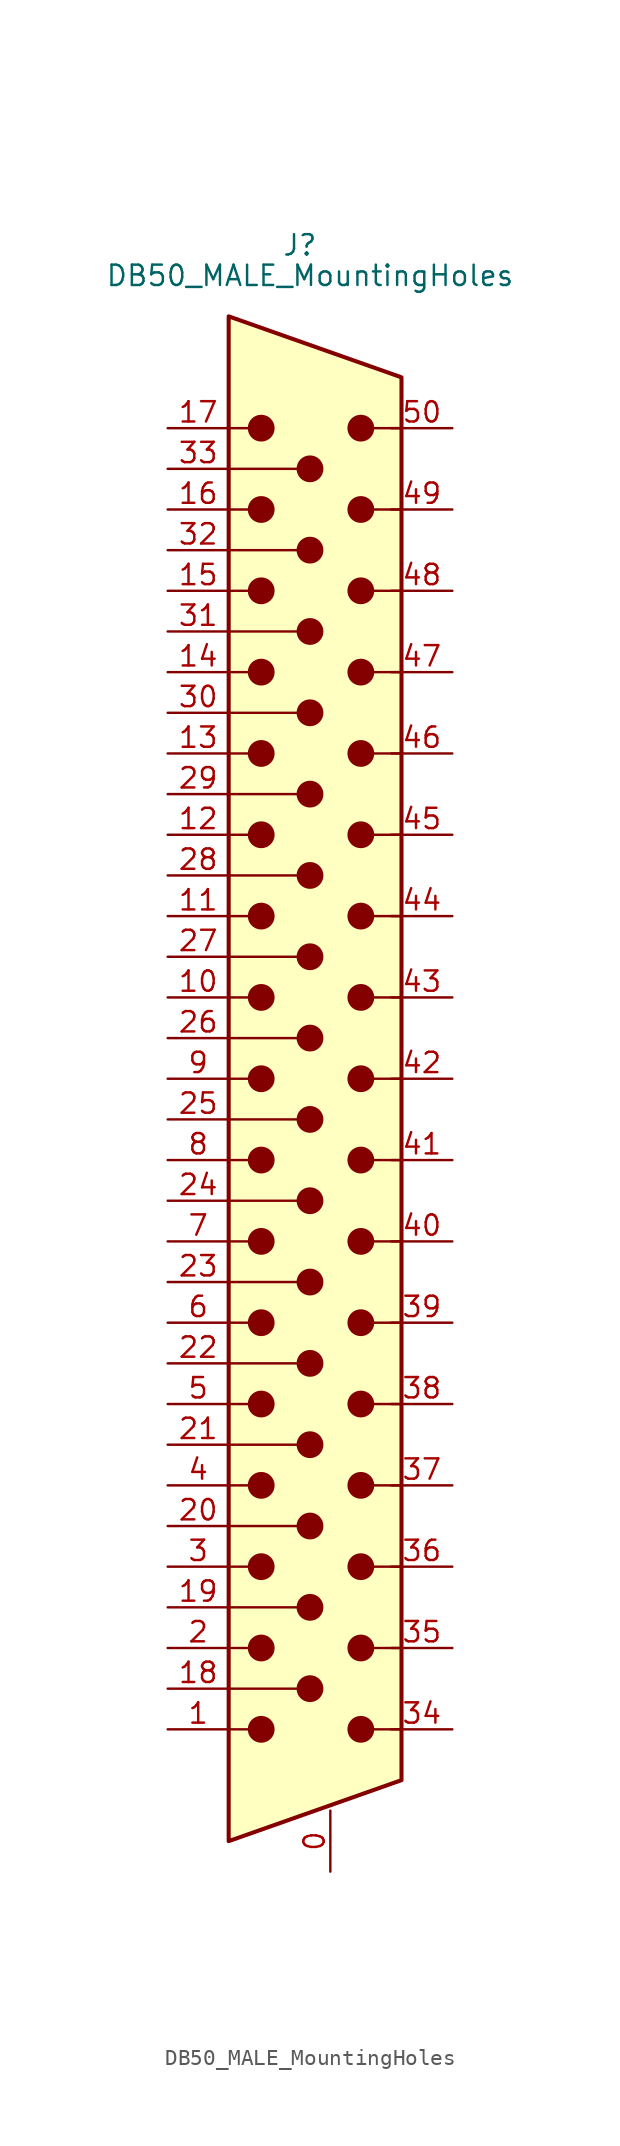
<source format=kicad_sym>
(kicad_symbol_lib
  (version 20211014)
  (generator kicad_symbol_editor)
  (symbol "DB50_MALE_MountingHoles"
    (pin_names
      (offset 1.016) hide)
    (property "Reference" "J"
      (at 0.635 46.99 0)
      (effects (font (size 1.27 1.27))))
    (property "Value" "DB50_MALE_MountingHoles"
      (at 1.27 45.085 0)
      (effects (font (size 1.27 1.27))))
    (symbol "DB50_MALE_MountingHoles_0_1"
      (circle (center -1.778 -45.72) (radius 0.762) (stroke (width 0) (type default) (color 0 0 0 0)) (fill (type outline)))
      (circle (center -1.778 -40.64) (radius 0.762) (stroke (width 0) (type default) (color 0 0 0 0)) (fill (type outline)))
      (circle (center -1.778 -35.56) (radius 0.762) (stroke (width 0) (type default) (color 0 0 0 0)) (fill (type outline)))
      (circle (center -1.778 -30.48) (radius 0.762) (stroke (width 0) (type default) (color 0 0 0 0)) (fill (type outline)))
      (circle (center -1.778 -25.4) (radius 0.762) (stroke (width 0) (type default) (color 0 0 0 0)) (fill (type outline)))
      (circle (center -1.778 -20.32) (radius 0.762) (stroke (width 0) (type default) (color 0 0 0 0)) (fill (type outline)))
      (circle (center -1.778 -15.24) (radius 0.762) (stroke (width 0) (type default) (color 0 0 0 0)) (fill (type outline)))
      (circle (center -1.778 -10.16) (radius 0.762) (stroke (width 0) (type default) (color 0 0 0 0)) (fill (type outline)))
      (circle (center -1.778 -5.08) (radius 0.762) (stroke (width 0) (type default) (color 0 0 0 0)) (fill (type outline)))
      (circle (center -1.778 0) (radius 0.762) (stroke (width 0) (type default) (color 0 0 0 0)) (fill (type outline)))
      (circle (center -1.778 5.08) (radius 0.762) (stroke (width 0) (type default) (color 0 0 0 0)) (fill (type outline)))
      (circle (center -1.778 10.16) (radius 0.762) (stroke (width 0) (type default) (color 0 0 0 0)) (fill (type outline)))
      (circle (center -1.778 15.24) (radius 0.762) (stroke (width 0) (type default) (color 0 0 0 0)) (fill (type outline)))
      (circle (center -1.778 20.32) (radius 0.762) (stroke (width 0) (type default) (color 0 0 0 0)) (fill (type outline)))
      (circle (center -1.778 25.4) (radius 0.762) (stroke (width 0) (type default) (color 0 0 0 0)) (fill (type outline)))
      (circle (center -1.778 30.48) (radius 0.762) (stroke (width 0) (type default) (color 0 0 0 0)) (fill (type outline)))
      (circle (center -1.778 35.56) (radius 0.762) (stroke (width 0) (type default) (color 0 0 0 0)) (fill (type outline)))
      (polyline (pts (xy -3.81 -45.72) (xy -2.54 -45.72)) (stroke (width 0) (type default) (color 0 0 0 0)) (fill (type none)))
      (polyline (pts (xy -3.81 -43.18) (xy 0.508 -43.18)) (stroke (width 0) (type default) (color 0 0 0 0)) (fill (type none)))
      (polyline (pts (xy -3.81 -40.64) (xy -2.54 -40.64)) (stroke (width 0) (type default) (color 0 0 0 0)) (fill (type none)))
      (polyline (pts (xy -3.81 -38.1) (xy 0.508 -38.1)) (stroke (width 0) (type default) (color 0 0 0 0)) (fill (type none)))
      (polyline (pts (xy -3.81 -35.56) (xy -2.54 -35.56)) (stroke (width 0) (type default) (color 0 0 0 0)) (fill (type none)))
      (polyline (pts (xy -3.81 -33.02) (xy 0.508 -33.02)) (stroke (width 0) (type default) (color 0 0 0 0)) (fill (type none)))
      (polyline (pts (xy -3.81 -30.48) (xy -2.54 -30.48)) (stroke (width 0) (type default) (color 0 0 0 0)) (fill (type none)))
      (polyline (pts (xy -3.81 -27.94) (xy 0.508 -27.94)) (stroke (width 0) (type default) (color 0 0 0 0)) (fill (type none)))
      (polyline (pts (xy -3.81 -25.4) (xy -2.54 -25.4)) (stroke (width 0) (type default) (color 0 0 0 0)) (fill (type none)))
      (polyline (pts (xy -3.81 -22.86) (xy 0.508 -22.86)) (stroke (width 0) (type default) (color 0 0 0 0)) (fill (type none)))
      (polyline (pts (xy -3.81 -20.32) (xy -2.54 -20.32)) (stroke (width 0) (type default) (color 0 0 0 0)) (fill (type none)))
      (polyline (pts (xy -3.81 -17.78) (xy 0.508 -17.78)) (stroke (width 0) (type default) (color 0 0 0 0)) (fill (type none)))
      (polyline (pts (xy -3.81 -15.24) (xy -2.54 -15.24)) (stroke (width 0) (type default) (color 0 0 0 0)) (fill (type none)))
      (polyline (pts (xy -3.81 -12.7) (xy 0.508 -12.7)) (stroke (width 0) (type default) (color 0 0 0 0)) (fill (type none)))
      (polyline (pts (xy -3.81 -10.16) (xy -2.54 -10.16)) (stroke (width 0) (type default) (color 0 0 0 0)) (fill (type none)))
      (polyline (pts (xy -3.81 -7.62) (xy 0.508 -7.62)) (stroke (width 0) (type default) (color 0 0 0 0)) (fill (type none)))
      (polyline (pts (xy -3.81 -5.08) (xy -2.54 -5.08)) (stroke (width 0) (type default) (color 0 0 0 0)) (fill (type none)))
      (polyline (pts (xy -3.81 -2.54) (xy 0.508 -2.54)) (stroke (width 0) (type default) (color 0 0 0 0)) (fill (type none)))
      (polyline (pts (xy -3.81 0) (xy -2.54 0)) (stroke (width 0) (type default) (color 0 0 0 0)) (fill (type none)))
      (polyline (pts (xy -3.81 2.54) (xy 0.508 2.54)) (stroke (width 0) (type default) (color 0 0 0 0)) (fill (type none)))
      (polyline (pts (xy -3.81 5.08) (xy -2.54 5.08)) (stroke (width 0) (type default) (color 0 0 0 0)) (fill (type none)))
      (polyline (pts (xy -3.81 7.62) (xy 0.508 7.62)) (stroke (width 0) (type default) (color 0 0 0 0)) (fill (type none)))
      (polyline (pts (xy -3.81 10.16) (xy -2.54 10.16)) (stroke (width 0) (type default) (color 0 0 0 0)) (fill (type none)))
      (polyline (pts (xy -3.81 12.7) (xy 0.508 12.7)) (stroke (width 0) (type default) (color 0 0 0 0)) (fill (type none)))
      (polyline (pts (xy -3.81 15.24) (xy -2.54 15.24)) (stroke (width 0) (type default) (color 0 0 0 0)) (fill (type none)))
      (polyline (pts (xy -3.81 17.78) (xy 0.508 17.78)) (stroke (width 0) (type default) (color 0 0 0 0)) (fill (type none)))
      (polyline (pts (xy -3.81 20.32) (xy -2.54 20.32)) (stroke (width 0) (type default) (color 0 0 0 0)) (fill (type none)))
      (polyline (pts (xy -3.81 22.86) (xy 0.508 22.86)) (stroke (width 0) (type default) (color 0 0 0 0)) (fill (type none)))
      (polyline (pts (xy -3.81 25.4) (xy -2.54 25.4)) (stroke (width 0) (type default) (color 0 0 0 0)) (fill (type none)))
      (polyline (pts (xy -3.81 27.94) (xy 0.508 27.94)) (stroke (width 0) (type default) (color 0 0 0 0)) (fill (type none)))
      (polyline (pts (xy -3.81 30.48) (xy -2.54 30.48)) (stroke (width 0) (type default) (color 0 0 0 0)) (fill (type none)))
      (polyline (pts (xy -3.81 33.02) (xy 0.508 33.02)) (stroke (width 0) (type default) (color 0 0 0 0)) (fill (type none)))
      (polyline (pts (xy -3.81 35.56) (xy -2.54 35.56)) (stroke (width 0) (type default) (color 0 0 0 0)) (fill (type none)))
      (polyline (pts (xy 4.445 30.48) (xy 6.985 30.48)) (stroke (width 0) (type default) (color 0 0 0 0)) (fill (type none)))
      (polyline (pts (xy 6.985 -40.64) (xy 4.445 -40.64)) (stroke (width 0) (type default) (color 0 0 0 0)) (fill (type none)))
      (polyline (pts (xy 6.985 -35.56) (xy 4.445 -35.56)) (stroke (width 0) (type default) (color 0 0 0 0)) (fill (type none)))
      (polyline (pts (xy 6.985 -30.48) (xy 4.445 -30.48)) (stroke (width 0) (type default) (color 0 0 0 0)) (fill (type none)))
      (polyline (pts (xy 6.985 -25.4) (xy 4.445 -25.4)) (stroke (width 0) (type default) (color 0 0 0 0)) (fill (type none)))
      (polyline (pts (xy 6.985 -20.32) (xy 4.445 -20.32)) (stroke (width 0) (type default) (color 0 0 0 0)) (fill (type none)))
      (polyline (pts (xy 6.985 -15.24) (xy 4.445 -15.24)) (stroke (width 0) (type default) (color 0 0 0 0)) (fill (type none)))
      (polyline (pts (xy 6.985 -10.16) (xy 4.445 -10.16)) (stroke (width 0) (type default) (color 0 0 0 0)) (fill (type none)))
      (polyline (pts (xy 6.985 -5.08) (xy 4.445 -5.08)) (stroke (width 0) (type default) (color 0 0 0 0)) (fill (type none)))
      (polyline (pts (xy 6.985 0) (xy 4.445 0)) (stroke (width 0) (type default) (color 0 0 0 0)) (fill (type none)))
      (polyline (pts (xy 6.985 5.08) (xy 4.445 5.08)) (stroke (width 0) (type default) (color 0 0 0 0)) (fill (type none)))
      (polyline (pts (xy 6.985 10.16) (xy 4.445 10.16)) (stroke (width 0) (type default) (color 0 0 0 0)) (fill (type none)))
      (polyline (pts (xy 6.985 15.24) (xy 4.445 15.24)) (stroke (width 0) (type default) (color 0 0 0 0)) (fill (type none)))
      (polyline (pts (xy 6.985 20.32) (xy 4.445 20.32)) (stroke (width 0) (type default) (color 0 0 0 0)) (fill (type none)))
      (polyline (pts (xy 6.985 25.4) (xy 4.445 25.4)) (stroke (width 0) (type default) (color 0 0 0 0)) (fill (type none)))
      (polyline (pts (xy 6.985 35.56) (xy 4.445 35.56)) (stroke (width 0) (type default) (color 0 0 0 0)) (fill (type none)))
      (polyline (pts (xy 6.985 -45.72) (xy 4.445 -45.72) (xy 4.445 -45.085)) (stroke (width 0) (type default) (color 0 0 0 0)) (fill (type none)))
      (polyline (pts (xy -3.81 42.545) (xy 6.985 38.735) (xy 6.985 -48.895) (xy -3.81 -52.705) (xy -3.81 42.545)) (stroke (width 0.254) (type default) (color 0 0 0 0)) (fill (type background)))
      (circle (center 1.27 -43.18) (radius 0.762) (stroke (width 0) (type default) (color 0 0 0 0)) (fill (type outline)))
      (circle (center 1.27 -38.1) (radius 0.762) (stroke (width 0) (type default) (color 0 0 0 0)) (fill (type outline)))
      (circle (center 1.27 -33.02) (radius 0.762) (stroke (width 0) (type default) (color 0 0 0 0)) (fill (type outline)))
      (circle (center 1.27 -27.94) (radius 0.762) (stroke (width 0) (type default) (color 0 0 0 0)) (fill (type outline)))
      (circle (center 1.27 -22.86) (radius 0.762) (stroke (width 0) (type default) (color 0 0 0 0)) (fill (type outline)))
      (circle (center 1.27 -17.78) (radius 0.762) (stroke (width 0) (type default) (color 0 0 0 0)) (fill (type outline)))
      (circle (center 1.27 -12.7) (radius 0.762) (stroke (width 0) (type default) (color 0 0 0 0)) (fill (type outline)))
      (circle (center 1.27 -7.62) (radius 0.762) (stroke (width 0) (type default) (color 0 0 0 0)) (fill (type outline)))
      (circle (center 1.27 -2.54) (radius 0.762) (stroke (width 0) (type default) (color 0 0 0 0)) (fill (type outline)))
      (circle (center 1.27 2.54) (radius 0.762) (stroke (width 0) (type default) (color 0 0 0 0)) (fill (type outline)))
      (circle (center 1.27 7.62) (radius 0.762) (stroke (width 0) (type default) (color 0 0 0 0)) (fill (type outline)))
      (circle (center 1.27 12.7) (radius 0.762) (stroke (width 0) (type default) (color 0 0 0 0)) (fill (type outline)))
      (circle (center 1.27 17.78) (radius 0.762) (stroke (width 0) (type default) (color 0 0 0 0)) (fill (type outline)))
      (circle (center 1.27 22.86) (radius 0.762) (stroke (width 0) (type default) (color 0 0 0 0)) (fill (type outline)))
      (circle (center 1.27 27.94) (radius 0.762) (stroke (width 0) (type default) (color 0 0 0 0)) (fill (type outline)))
      (circle (center 1.27 33.02) (radius 0.762) (stroke (width 0) (type default) (color 0 0 0 0)) (fill (type outline)))
      (circle (center 4.445 -45.72) (radius 0.762) (stroke (width 0) (type default) (color 0 0 0 0)) (fill (type outline)))
      (circle (center 4.445 -40.64) (radius 0.762) (stroke (width 0) (type default) (color 0 0 0 0)) (fill (type outline)))
      (circle (center 4.445 -35.56) (radius 0.762) (stroke (width 0) (type default) (color 0 0 0 0)) (fill (type outline)))
      (circle (center 4.445 -30.48) (radius 0.762) (stroke (width 0) (type default) (color 0 0 0 0)) (fill (type outline)))
      (circle (center 4.445 -25.4) (radius 0.762) (stroke (width 0) (type default) (color 0 0 0 0)) (fill (type outline)))
      (circle (center 4.445 -20.32) (radius 0.762) (stroke (width 0) (type default) (color 0 0 0 0)) (fill (type outline)))
      (circle (center 4.445 -15.24) (radius 0.762) (stroke (width 0) (type default) (color 0 0 0 0)) (fill (type outline)))
      (circle (center 4.445 -10.16) (radius 0.762) (stroke (width 0) (type default) (color 0 0 0 0)) (fill (type outline)))
      (circle (center 4.445 -5.08) (radius 0.762) (stroke (width 0) (type default) (color 0 0 0 0)) (fill (type outline)))
      (circle (center 4.445 0) (radius 0.762) (stroke (width 0) (type default) (color 0 0 0 0)) (fill (type outline)))
      (circle (center 4.445 5.08) (radius 0.762) (stroke (width 0) (type default) (color 0 0 0 0)) (fill (type outline)))
      (circle (center 4.445 10.16) (radius 0.762) (stroke (width 0) (type default) (color 0 0 0 0)) (fill (type outline)))
      (circle (center 4.445 15.24) (radius 0.762) (stroke (width 0) (type default) (color 0 0 0 0)) (fill (type outline)))
      (circle (center 4.445 20.32) (radius 0.762) (stroke (width 0) (type default) (color 0 0 0 0)) (fill (type outline)))
      (circle (center 4.445 25.4) (radius 0.762) (stroke (width 0) (type default) (color 0 0 0 0)) (fill (type outline)))
      (circle (center 4.445 30.48) (radius 0.762) (stroke (width 0) (type default) (color 0 0 0 0)) (fill (type outline)))
      (circle (center 4.445 35.56) (radius 0.762) (stroke (width 0) (type default) (color 0 0 0 0)) (fill (type outline))))
    (symbol "DB50_MALE_MountingHoles_1_1"
      (pin passive line (at 2.54 -54.61 90) (length 3.81) (name "PAD" (effects (font (size 1.27 1.27)))) (number "0" (effects (font (size 1.27 1.27)))))
      (pin passive line (at -7.62 -45.72 0) (length 3.81) (name "~" (effects (font (size 1.27 1.27)))) (number "1" (effects (font (size 1.27 1.27)))))
      (pin passive line (at -7.62 0 0) (length 3.81) (name "~" (effects (font (size 1.27 1.27)))) (number "10" (effects (font (size 1.27 1.27)))))
      (pin passive line (at -7.62 5.08 0) (length 3.81) (name "~" (effects (font (size 1.27 1.27)))) (number "11" (effects (font (size 1.27 1.27)))))
      (pin passive line (at -7.62 10.16 0) (length 3.81) (name "~" (effects (font (size 1.27 1.27)))) (number "12" (effects (font (size 1.27 1.27)))))
      (pin passive line (at -7.62 15.24 0) (length 3.81) (name "~" (effects (font (size 1.27 1.27)))) (number "13" (effects (font (size 1.27 1.27)))))
      (pin passive line (at -7.62 20.32 0) (length 3.81) (name "~" (effects (font (size 1.27 1.27)))) (number "14" (effects (font (size 1.27 1.27)))))
      (pin passive line (at -7.62 25.4 0) (length 3.81) (name "~" (effects (font (size 1.27 1.27)))) (number "15" (effects (font (size 1.27 1.27)))))
      (pin passive line (at -7.62 30.48 0) (length 3.81) (name "~" (effects (font (size 1.27 1.27)))) (number "16" (effects (font (size 1.27 1.27)))))
      (pin passive line (at -7.62 35.56 0) (length 3.81) (name "~" (effects (font (size 1.27 1.27)))) (number "17" (effects (font (size 1.27 1.27)))))
      (pin passive line (at -7.62 -43.18 0) (length 3.81) (name "~" (effects (font (size 1.27 1.27)))) (number "18" (effects (font (size 1.27 1.27)))))
      (pin passive line (at -7.62 -38.1 0) (length 3.81) (name "~" (effects (font (size 1.27 1.27)))) (number "19" (effects (font (size 1.27 1.27)))))
      (pin passive line (at -7.62 -40.64 0) (length 3.81) (name "~" (effects (font (size 1.27 1.27)))) (number "2" (effects (font (size 1.27 1.27)))))
      (pin passive line (at -7.62 -33.02 0) (length 3.81) (name "~" (effects (font (size 1.27 1.27)))) (number "20" (effects (font (size 1.27 1.27)))))
      (pin passive line (at -7.62 -27.94 0) (length 3.81) (name "~" (effects (font (size 1.27 1.27)))) (number "21" (effects (font (size 1.27 1.27)))))
      (pin passive line (at -7.62 -22.86 0) (length 3.81) (name "~" (effects (font (size 1.27 1.27)))) (number "22" (effects (font (size 1.27 1.27)))))
      (pin passive line (at -7.62 -17.78 0) (length 3.81) (name "~" (effects (font (size 1.27 1.27)))) (number "23" (effects (font (size 1.27 1.27)))))
      (pin passive line (at -7.62 -12.7 0) (length 3.81) (name "~" (effects (font (size 1.27 1.27)))) (number "24" (effects (font (size 1.27 1.27)))))
      (pin passive line (at -7.62 -7.62 0) (length 3.81) (name "~" (effects (font (size 1.27 1.27)))) (number "25" (effects (font (size 1.27 1.27)))))
      (pin passive line (at -7.62 -2.54 0) (length 3.81) (name "~" (effects (font (size 1.27 1.27)))) (number "26" (effects (font (size 1.27 1.27)))))
      (pin passive line (at -7.62 2.54 0) (length 3.81) (name "~" (effects (font (size 1.27 1.27)))) (number "27" (effects (font (size 1.27 1.27)))))
      (pin passive line (at -7.62 7.62 0) (length 3.81) (name "~" (effects (font (size 1.27 1.27)))) (number "28" (effects (font (size 1.27 1.27)))))
      (pin passive line (at -7.62 12.7 0) (length 3.81) (name "~" (effects (font (size 1.27 1.27)))) (number "29" (effects (font (size 1.27 1.27)))))
      (pin passive line (at -7.62 -35.56 0) (length 3.81) (name "~" (effects (font (size 1.27 1.27)))) (number "3" (effects (font (size 1.27 1.27)))))
      (pin passive line (at -7.62 17.78 0) (length 3.81) (name "~" (effects (font (size 1.27 1.27)))) (number "30" (effects (font (size 1.27 1.27)))))
      (pin passive line (at -7.62 22.86 0) (length 3.81) (name "~" (effects (font (size 1.27 1.27)))) (number "31" (effects (font (size 1.27 1.27)))))
      (pin passive line (at -7.62 27.94 0) (length 3.81) (name "~" (effects (font (size 1.27 1.27)))) (number "32" (effects (font (size 1.27 1.27)))))
      (pin passive line (at -7.62 33.02 0) (length 3.81) (name "~" (effects (font (size 1.27 1.27)))) (number "33" (effects (font (size 1.27 1.27)))))
      (pin passive line (at 10.16 -45.72 180) (length 3.81) (name "~" (effects (font (size 1.27 1.27)))) (number "34" (effects (font (size 1.27 1.27)))))
      (pin passive line (at 10.16 -40.64 180) (length 3.81) (name "~" (effects (font (size 1.27 1.27)))) (number "35" (effects (font (size 1.27 1.27)))))
      (pin passive line (at 10.16 -35.56 180) (length 3.81) (name "~" (effects (font (size 1.27 1.27)))) (number "36" (effects (font (size 1.27 1.27)))))
      (pin passive line (at 10.16 -30.48 180) (length 3.81) (name "~" (effects (font (size 1.27 1.27)))) (number "37" (effects (font (size 1.27 1.27)))))
      (pin passive line (at 10.16 -25.4 180) (length 3.81) (name "~" (effects (font (size 1.27 1.27)))) (number "38" (effects (font (size 1.27 1.27)))))
      (pin passive line (at 10.16 -20.32 180) (length 3.81) (name "~" (effects (font (size 1.27 1.27)))) (number "39" (effects (font (size 1.27 1.27)))))
      (pin passive line (at -7.62 -30.48 0) (length 3.81) (name "~" (effects (font (size 1.27 1.27)))) (number "4" (effects (font (size 1.27 1.27)))))
      (pin passive line (at 10.16 -15.24 180) (length 3.81) (name "~" (effects (font (size 1.27 1.27)))) (number "40" (effects (font (size 1.27 1.27)))))
      (pin passive line (at 10.16 -10.16 180) (length 3.81) (name "~" (effects (font (size 1.27 1.27)))) (number "41" (effects (font (size 1.27 1.27)))))
      (pin passive line (at 10.16 -5.08 180) (length 3.81) (name "~" (effects (font (size 1.27 1.27)))) (number "42" (effects (font (size 1.27 1.27)))))
      (pin passive line (at 10.16 0 180) (length 3.81) (name "~" (effects (font (size 1.27 1.27)))) (number "43" (effects (font (size 1.27 1.27)))))
      (pin passive line (at 10.16 5.08 180) (length 3.81) (name "~" (effects (font (size 1.27 1.27)))) (number "44" (effects (font (size 1.27 1.27)))))
      (pin passive line (at 10.16 10.16 180) (length 3.81) (name "~" (effects (font (size 1.27 1.27)))) (number "45" (effects (font (size 1.27 1.27)))))
      (pin passive line (at 10.16 15.24 180) (length 3.81) (name "~" (effects (font (size 1.27 1.27)))) (number "46" (effects (font (size 1.27 1.27)))))
      (pin passive line (at 10.16 20.32 180) (length 3.81) (name "~" (effects (font (size 1.27 1.27)))) (number "47" (effects (font (size 1.27 1.27)))))
      (pin passive line (at 10.16 25.4 180) (length 3.81) (name "~" (effects (font (size 1.27 1.27)))) (number "48" (effects (font (size 1.27 1.27)))))
      (pin passive line (at 10.16 30.48 180) (length 3.81) (name "~" (effects (font (size 1.27 1.27)))) (number "49" (effects (font (size 1.27 1.27)))))
      (pin passive line (at -7.62 -25.4 0) (length 3.81) (name "~" (effects (font (size 1.27 1.27)))) (number "5" (effects (font (size 1.27 1.27)))))
      (pin passive line (at 10.16 35.56 180) (length 3.81) (name "~" (effects (font (size 1.27 1.27)))) (number "50" (effects (font (size 1.27 1.27)))))
      (pin passive line (at -7.62 -20.32 0) (length 3.81) (name "~" (effects (font (size 1.27 1.27)))) (number "6" (effects (font (size 1.27 1.27)))))
      (pin passive line (at -7.62 -15.24 0) (length 3.81) (name "~" (effects (font (size 1.27 1.27)))) (number "7" (effects (font (size 1.27 1.27)))))
      (pin passive line (at -7.62 -10.16 0) (length 3.81) (name "~" (effects (font (size 1.27 1.27)))) (number "8" (effects (font (size 1.27 1.27)))))
      (pin passive line (at -7.62 -5.08 0) (length 3.81) (name "~" (effects (font (size 1.27 1.27)))) (number "9" (effects (font (size 1.27 1.27))))))))
</source>
